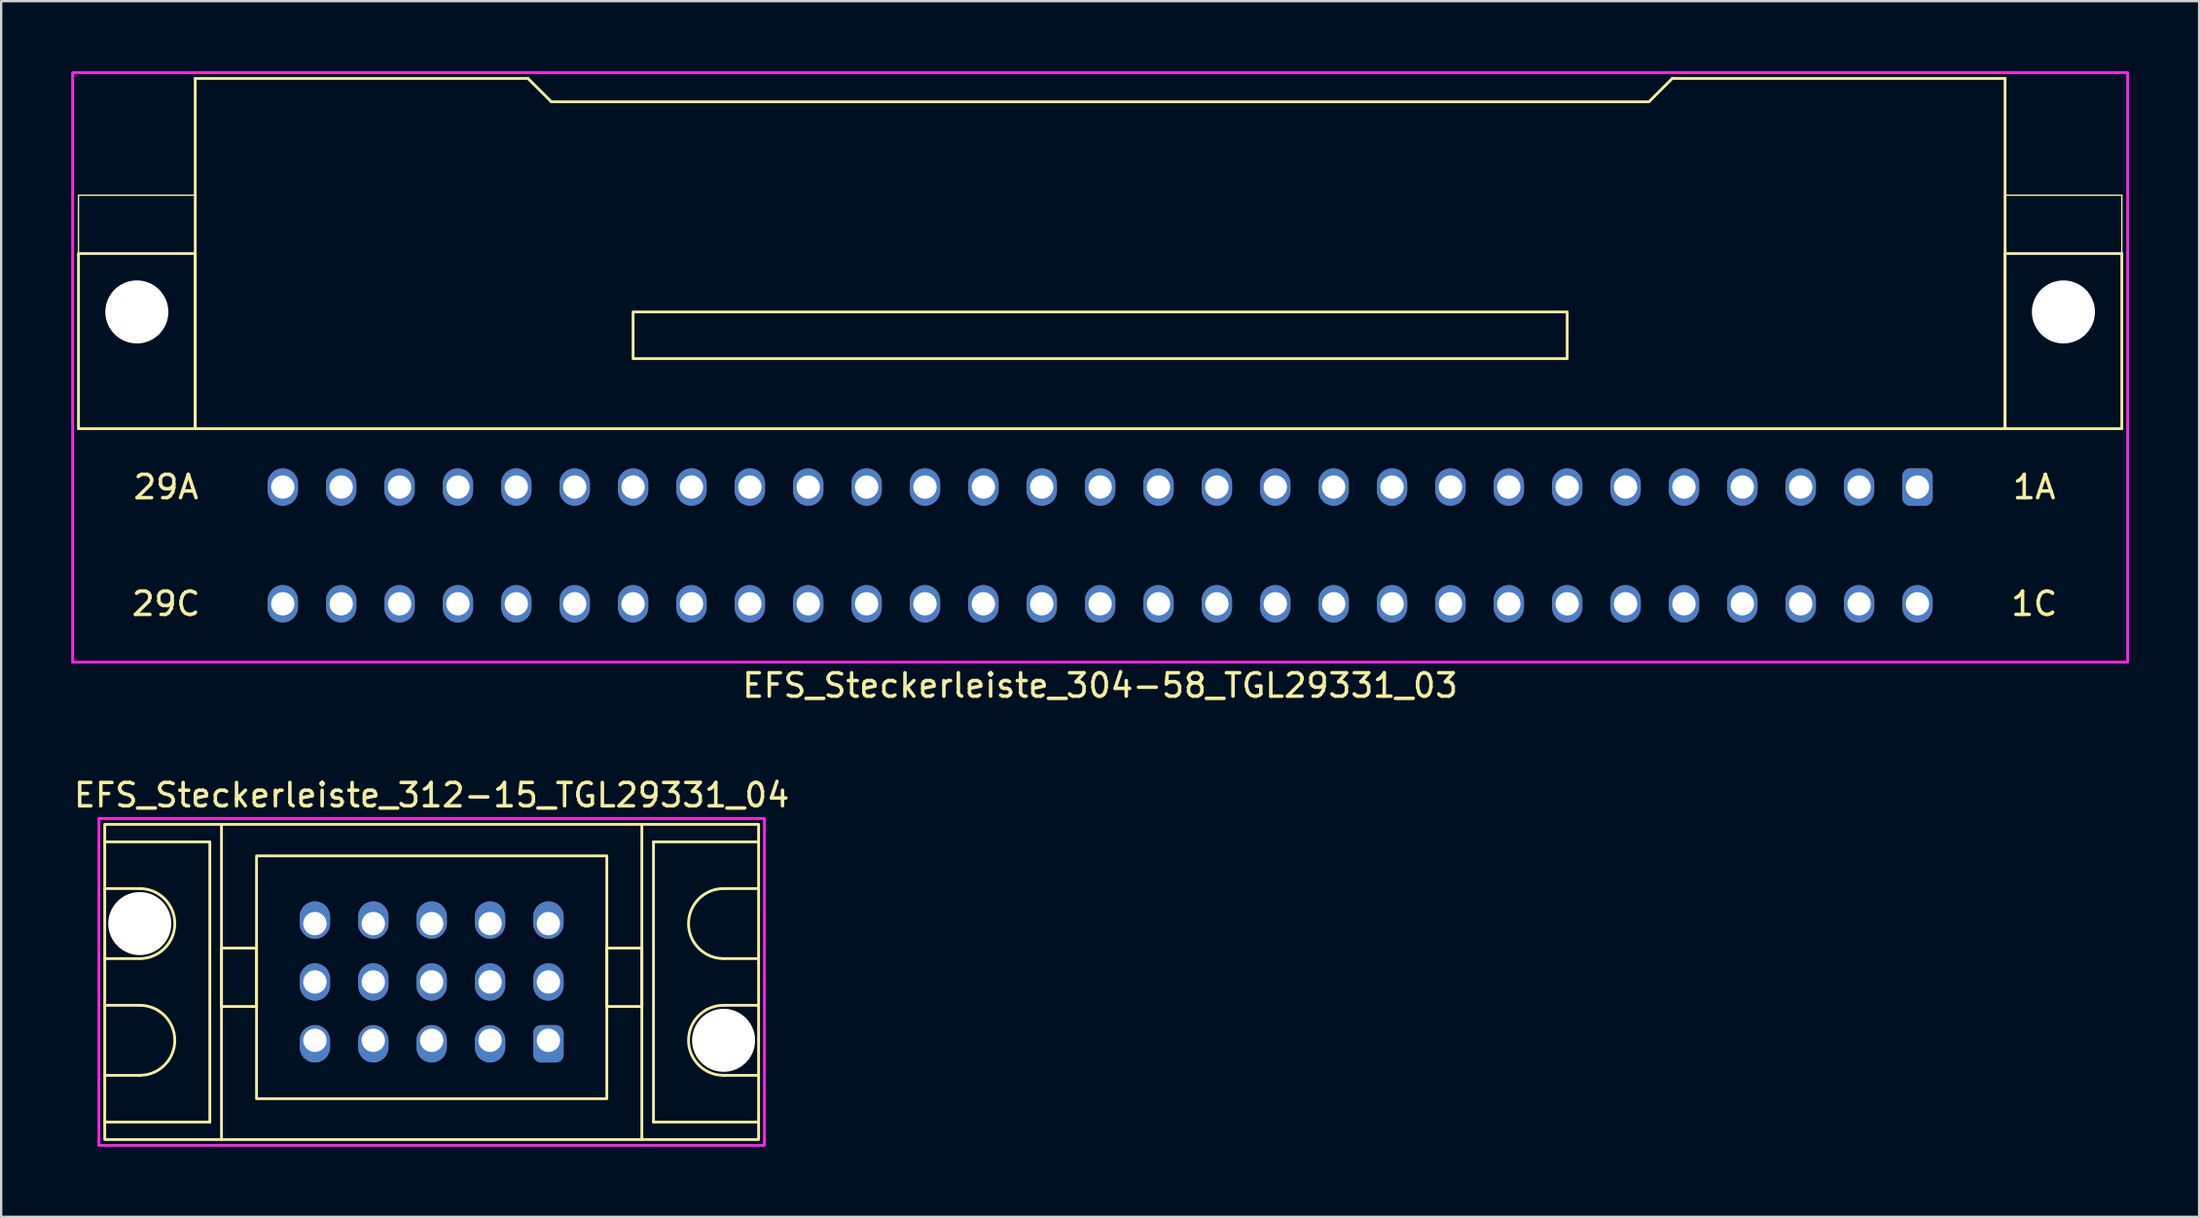
<source format=kicad_pcb>
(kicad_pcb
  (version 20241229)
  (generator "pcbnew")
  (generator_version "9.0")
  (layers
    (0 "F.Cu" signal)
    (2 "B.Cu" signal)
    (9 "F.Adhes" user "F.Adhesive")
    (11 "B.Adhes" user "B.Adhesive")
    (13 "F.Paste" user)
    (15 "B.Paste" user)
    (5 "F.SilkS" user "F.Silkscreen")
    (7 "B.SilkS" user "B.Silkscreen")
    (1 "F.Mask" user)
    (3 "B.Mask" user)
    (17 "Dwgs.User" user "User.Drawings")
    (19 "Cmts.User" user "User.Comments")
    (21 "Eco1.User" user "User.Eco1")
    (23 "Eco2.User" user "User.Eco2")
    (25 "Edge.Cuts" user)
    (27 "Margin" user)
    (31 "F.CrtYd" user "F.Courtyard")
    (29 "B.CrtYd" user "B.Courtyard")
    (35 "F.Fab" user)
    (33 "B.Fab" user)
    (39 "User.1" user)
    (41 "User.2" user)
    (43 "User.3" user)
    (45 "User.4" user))
  (footprint "EFS_Steckerleiste_304-58_TGL29331_03"
    (layer "F.Cu")
    (at 44.06 5.31)
    (property "Reference" "EFS_Steckerleiste_304-58_TGL29331_03" (at 0 21 180) (layer "F.SilkS") (effects (font (size 1 1) (thickness 0.15))))
    (attr through_hole)
    (fp_line (start -43.75 0) (end -43.75 2.5) (stroke (width 0.06) (type solid)) (layer "F.SilkS"))
    (fp_line (start -38.75 -5) (end -38.75 10) (stroke (width 0.12) (type solid)) (layer "F.SilkS"))
    (fp_line (start -38.75 -5) (end -24.5 -5) (stroke (width 0.12) (type solid)) (layer "F.SilkS"))
    (fp_line (start -38.75 0) (end -43.75 0) (stroke (width 0.06) (type solid)) (layer "F.SilkS"))
    (fp_line (start -38.75 10) (end 38.75 10) (stroke (width 0.12) (type solid)) (layer "F.SilkS"))
    (fp_line (start -24.5 -5) (end -23.5 -4) (stroke (width 0.12) (type solid)) (layer "F.SilkS"))
    (fp_line (start -23.5 -4) (end 23.5 -4) (stroke (width 0.12) (type solid)) (layer "F.SilkS"))
    (fp_line (start 24.5 -5) (end 23.5 -4) (stroke (width 0.12) (type solid)) (layer "F.SilkS"))
    (fp_line (start 38.75 -5) (end 24.5 -5) (stroke (width 0.12) (type solid)) (layer "F.SilkS"))
    (fp_line (start 38.75 10) (end 38.75 -5) (stroke (width 0.12) (type solid)) (layer "F.SilkS"))
    (fp_line (start 43.75 0) (end 38.75 0) (stroke (width 0.06) (type solid)) (layer "F.SilkS"))
    (fp_line (start 43.75 0) (end 43.75 2.5) (stroke (width 0.06) (type solid)) (layer "F.SilkS"))
    (fp_rect (start -38.75 10) (end -43.75 2.5) (stroke (width 0.12) (type solid)) (fill no) (layer "F.SilkS"))
    (fp_rect (start -20 7) (end 20 5) (stroke (width 0.12) (type solid)) (fill no) (layer "F.SilkS"))
    (fp_rect (start 43.75 10) (end 38.75 2.5) (stroke (width 0.12) (type solid)) (fill no) (layer "F.SilkS"))
    (fp_rect (start -44 -5.25) (end 44 20) (stroke (width 0.12) (type solid)) (fill no) (layer "F.CrtYd"))
    (fp_text user "1A" (at 40 12.5 0) (layer "F.SilkS") (effects (font (size 1 1) (thickness 0.15))))
    (fp_text user "29A" (at -40 12.5 0) (layer "F.SilkS") (effects (font (size 1 1) (thickness 0.15))))
    (fp_text user "29C" (at -40 17.5 0) (layer "F.SilkS") (effects (font (size 1 1) (thickness 0.15))))
    (fp_text user "1C" (at 40 17.5 0) (layer "F.SilkS") (effects (font (size 1 1) (thickness 0.15))))
    (pad "" np_thru_hole circle (at -41.25 5) (size 2.7 2.7) (drill 2.7) (layers "*.Cu" "*.Mask"))
    (pad "" np_thru_hole circle (at 41.25 5) (size 2.7 2.7) (drill 2.7) (layers "*.Cu" "*.Mask"))
    (pad "1a" thru_hole roundrect (at 35 12.5) (size 1.3 1.6) (drill 1) (layers "*.Cu" "*.Mask") (roundrect_rratio 0.25))
    (pad "1c" thru_hole oval (at 35 17.5) (size 1.3 1.6) (drill 1) (layers "*.Cu" "*.Mask"))
    (pad "2a" thru_hole oval (at 32.5 12.5) (size 1.3 1.6) (drill 1) (layers "*.Cu" "*.Mask"))
    (pad "2c" thru_hole oval (at 32.5 17.5) (size 1.3 1.6) (drill 1) (layers "*.Cu" "*.Mask"))
    (pad "3a" thru_hole oval (at 30 12.5) (size 1.3 1.6) (drill 1) (layers "*.Cu" "*.Mask"))
    (pad "3c" thru_hole oval (at 30 17.5) (size 1.3 1.6) (drill 1) (layers "*.Cu" "*.Mask"))
    (pad "4a" thru_hole oval (at 27.5 12.5) (size 1.3 1.6) (drill 1) (layers "*.Cu" "*.Mask"))
    (pad "4c" thru_hole oval (at 27.5 17.5) (size 1.3 1.6) (drill 1) (layers "*.Cu" "*.Mask"))
    (pad "5a" thru_hole oval (at 25 12.5) (size 1.3 1.6) (drill 1) (layers "*.Cu" "*.Mask"))
    (pad "5c" thru_hole oval (at 25 17.5) (size 1.3 1.6) (drill 1) (layers "*.Cu" "*.Mask"))
    (pad "6a" thru_hole oval (at 22.5 12.5) (size 1.3 1.6) (drill 1) (layers "*.Cu" "*.Mask"))
    (pad "6c" thru_hole oval (at 22.5 17.5) (size 1.3 1.6) (drill 1) (layers "*.Cu" "*.Mask"))
    (pad "7a" thru_hole oval (at 20 12.5) (size 1.3 1.6) (drill 1) (layers "*.Cu" "*.Mask"))
    (pad "7c" thru_hole oval (at 20 17.5) (size 1.3 1.6) (drill 1) (layers "*.Cu" "*.Mask"))
    (pad "8a" thru_hole oval (at 17.5 12.5) (size 1.3 1.6) (drill 1) (layers "*.Cu" "*.Mask"))
    (pad "8c" thru_hole oval (at 17.5 17.5) (size 1.3 1.6) (drill 1) (layers "*.Cu" "*.Mask"))
    (pad "9a" thru_hole oval (at 15 12.5) (size 1.3 1.6) (drill 1) (layers "*.Cu" "*.Mask"))
    (pad "9c" thru_hole oval (at 15 17.5) (size 1.3 1.6) (drill 1) (layers "*.Cu" "*.Mask"))
    (pad "10a" thru_hole oval (at 12.5 12.5) (size 1.3 1.6) (drill 1) (layers "*.Cu" "*.Mask"))
    (pad "10c" thru_hole oval (at 12.5 17.5) (size 1.3 1.6) (drill 1) (layers "*.Cu" "*.Mask"))
    (pad "11a" thru_hole oval (at 10 12.5) (size 1.3 1.6) (drill 1) (layers "*.Cu" "*.Mask"))
    (pad "11c" thru_hole oval (at 10 17.5) (size 1.3 1.6) (drill 1) (layers "*.Cu" "*.Mask"))
    (pad "12a" thru_hole oval (at 7.5 12.5) (size 1.3 1.6) (drill 1) (layers "*.Cu" "*.Mask"))
    (pad "12c" thru_hole oval (at 7.5 17.5) (size 1.3 1.6) (drill 1) (layers "*.Cu" "*.Mask"))
    (pad "13a" thru_hole oval (at 5 12.5) (size 1.3 1.6) (drill 1) (layers "*.Cu" "*.Mask"))
    (pad "13c" thru_hole oval (at 5 17.5) (size 1.3 1.6) (drill 1) (layers "*.Cu" "*.Mask"))
    (pad "14a" thru_hole oval (at 2.5 12.5) (size 1.3 1.6) (drill 1) (layers "*.Cu" "*.Mask"))
    (pad "14c" thru_hole oval (at 2.5 17.5) (size 1.3 1.6) (drill 1) (layers "*.Cu" "*.Mask"))
    (pad "15a" thru_hole oval (at 0 12.5) (size 1.3 1.6) (drill 1) (layers "*.Cu" "*.Mask"))
    (pad "15c" thru_hole oval (at 0 17.5) (size 1.3 1.6) (drill 1) (layers "*.Cu" "*.Mask"))
    (pad "16a" thru_hole oval (at -2.5 12.5) (size 1.3 1.6) (drill 1) (layers "*.Cu" "*.Mask"))
    (pad "16c" thru_hole oval (at -2.5 17.5) (size 1.3 1.6) (drill 1) (layers "*.Cu" "*.Mask"))
    (pad "17a" thru_hole oval (at -5 12.5) (size 1.3 1.6) (drill 1) (layers "*.Cu" "*.Mask"))
    (pad "17c" thru_hole oval (at -5 17.5) (size 1.3 1.6) (drill 1) (layers "*.Cu" "*.Mask"))
    (pad "18a" thru_hole oval (at -7.5 12.5) (size 1.3 1.6) (drill 1) (layers "*.Cu" "*.Mask"))
    (pad "18c" thru_hole oval (at -7.5 17.5) (size 1.3 1.6) (drill 1) (layers "*.Cu" "*.Mask"))
    (pad "19a" thru_hole oval (at -10 12.5) (size 1.3 1.6) (drill 1) (layers "*.Cu" "*.Mask"))
    (pad "19c" thru_hole oval (at -10 17.5) (size 1.3 1.6) (drill 1) (layers "*.Cu" "*.Mask"))
    (pad "20a" thru_hole oval (at -12.5 12.5) (size 1.3 1.6) (drill 1) (layers "*.Cu" "*.Mask"))
    (pad "20c" thru_hole oval (at -12.5 17.5) (size 1.3 1.6) (drill 1) (layers "*.Cu" "*.Mask"))
    (pad "21a" thru_hole oval (at -15 12.5) (size 1.3 1.6) (drill 1) (layers "*.Cu" "*.Mask"))
    (pad "21c" thru_hole oval (at -15 17.5) (size 1.3 1.6) (drill 1) (layers "*.Cu" "*.Mask"))
    (pad "22a" thru_hole oval (at -17.5 12.5) (size 1.3 1.6) (drill 1) (layers "*.Cu" "*.Mask"))
    (pad "22c" thru_hole oval (at -17.5 17.5) (size 1.3 1.6) (drill 1) (layers "*.Cu" "*.Mask"))
    (pad "23a" thru_hole oval (at -20 12.5) (size 1.3 1.6) (drill 1) (layers "*.Cu" "*.Mask"))
    (pad "23c" thru_hole oval (at -20 17.5) (size 1.3 1.6) (drill 1) (layers "*.Cu" "*.Mask"))
    (pad "24a" thru_hole oval (at -22.5 12.5) (size 1.3 1.6) (drill 1) (layers "*.Cu" "*.Mask"))
    (pad "24c" thru_hole oval (at -22.5 17.5) (size 1.3 1.6) (drill 1) (layers "*.Cu" "*.Mask"))
    (pad "25a" thru_hole oval (at -25 12.5) (size 1.3 1.6) (drill 1) (layers "*.Cu" "*.Mask"))
    (pad "25c" thru_hole oval (at -25 17.5) (size 1.3 1.6) (drill 1) (layers "*.Cu" "*.Mask"))
    (pad "26a" thru_hole oval (at -27.5 12.5) (size 1.3 1.6) (drill 1) (layers "*.Cu" "*.Mask"))
    (pad "26c" thru_hole oval (at -27.5 17.5) (size 1.3 1.6) (drill 1) (layers "*.Cu" "*.Mask"))
    (pad "27a" thru_hole oval (at -30 12.5) (size 1.3 1.6) (drill 1) (layers "*.Cu" "*.Mask"))
    (pad "27c" thru_hole oval (at -30 17.5) (size 1.3 1.6) (drill 1) (layers "*.Cu" "*.Mask"))
    (pad "28a" thru_hole oval (at -32.5 12.5) (size 1.3 1.6) (drill 1) (layers "*.Cu" "*.Mask"))
    (pad "28c" thru_hole oval (at -32.5 17.5) (size 1.3 1.6) (drill 1) (layers "*.Cu" "*.Mask"))
    (pad "29a" thru_hole oval (at -35 12.5) (size 1.3 1.6) (drill 1) (layers "*.Cu" "*.Mask"))
    (pad "29c" thru_hole oval (at -35 17.5) (size 1.3 1.6) (drill 1) (layers "*.Cu" "*.Mask")))
  (footprint "EFS_Steckerleiste_312-15_TGL29331_04"
    (layer "F.Cu")
    (at 15.435 39.007)
    (property "Reference" "EFS_Steckerleiste_312-15_TGL29331_04" (at 0 -8 180) (layer "F.SilkS") (effects (font (size 1 1) (thickness 0.15))))
    (attr through_hole)
    (fp_line (start -14 -6) (end -9.5 -6) (stroke (width 0.12) (type solid)) (layer "F.SilkS"))
    (fp_line (start -12.5 -4) (end -14 -4) (stroke (width 0.12) (type solid)) (layer "F.SilkS"))
    (fp_line (start -12.5 -1) (end -14 -1) (stroke (width 0.12) (type solid)) (layer "F.SilkS"))
    (fp_line (start -12.5 1) (end -14 1) (stroke (width 0.12) (type solid)) (layer "F.SilkS"))
    (fp_line (start -12.5 4) (end -14 4) (stroke (width 0.12) (type solid)) (layer "F.SilkS"))
    (fp_line (start -9.5 -6) (end -9.5 6) (stroke (width 0.12) (type solid)) (layer "F.SilkS"))
    (fp_line (start -9.5 6) (end -14 6) (stroke (width 0.12) (type solid)) (layer "F.SilkS"))
    (fp_line (start -9 6.75) (end -9 -6.75) (stroke (width 0.12) (type solid)) (layer "F.SilkS"))
    (fp_line (start 9 6.75) (end 9 -6.75) (stroke (width 0.12) (type solid)) (layer "F.SilkS"))
    (fp_line (start 9.5 -6) (end 9.5 6) (stroke (width 0.12) (type solid)) (layer "F.SilkS"))
    (fp_line (start 9.5 6) (end 14 6) (stroke (width 0.12) (type solid)) (layer "F.SilkS"))
    (fp_line (start 12.5 -4) (end 14 -4) (stroke (width 0.12) (type solid)) (layer "F.SilkS"))
    (fp_line (start 12.5 -1) (end 14 -1) (stroke (width 0.12) (type solid)) (layer "F.SilkS"))
    (fp_line (start 12.5 1) (end 14 1) (stroke (width 0.12) (type solid)) (layer "F.SilkS"))
    (fp_line (start 12.5 4) (end 14 4) (stroke (width 0.12) (type solid)) (layer "F.SilkS"))
    (fp_line (start 14 -6) (end 9.5 -6) (stroke (width 0.12) (type solid)) (layer "F.SilkS"))
    (fp_rect (start -14 -6.75) (end 14 6.75) (stroke (width 0.12) (type solid)) (fill no) (layer "F.SilkS"))
    (fp_rect (start -7.5 -5.4) (end 7.5 5) (stroke (width 0.12) (type solid)) (fill no) (layer "F.SilkS"))
    (fp_rect (start -7.5 -1.45) (end -9 1.05) (stroke (width 0.12) (type solid)) (fill no) (layer "F.SilkS"))
    (fp_rect (start 9 -1.45) (end 7.5 1.05) (stroke (width 0.12) (type solid)) (fill no) (layer "F.SilkS"))
    (fp_arc (start -12.5 -4) (mid -11 -2.5) (end -12.5 -1) (stroke (width 0.12) (type solid)) (layer "F.SilkS"))
    (fp_arc (start -12.5 1) (mid -11 2.5) (end -12.5 4) (stroke (width 0.12) (type solid)) (layer "F.SilkS"))
    (fp_arc (start 12.5 -1) (mid 11 -2.5) (end 12.5 -4) (stroke (width 0.12) (type solid)) (layer "F.SilkS"))
    (fp_arc (start 12.5 4) (mid 11 2.5) (end 12.5 1) (stroke (width 0.12) (type solid)) (layer "F.SilkS"))
    (fp_rect (start -14.25 -7) (end 14.25 7) (stroke (width 0.12) (type solid)) (fill no) (layer "F.CrtYd"))
    (pad "" np_thru_hole circle (at -12.5 -2.5) (size 2.7 2.7) (drill 2.7) (layers "*.Cu" "*.Mask"))
    (pad "" np_thru_hole circle (at 12.5 2.5) (size 2.7 2.7) (drill 2.7) (layers "*.Cu" "*.Mask"))
    (pad "1a" thru_hole roundrect (at 5 2.5 180) (size 1.3 1.6) (drill 1 (offset 0 -0.15)) (layers "*.Cu" "*.Mask") (roundrect_rratio 0.25))
    (pad "1b" thru_hole oval (at 5 0 180) (size 1.3 1.6) (drill 1) (layers "*.Cu" "*.Mask"))
    (pad "1c" thru_hole oval (at 5 -2.5 180) (size 1.3 1.6) (drill 1 (offset 0 0.15)) (layers "*.Cu" "*.Mask"))
    (pad "2a" thru_hole oval (at 2.5 2.5 180) (size 1.3 1.6) (drill 1 (offset 0 -0.15)) (layers "*.Cu" "*.Mask"))
    (pad "2b" thru_hole oval (at 2.5 0 180) (size 1.3 1.6) (drill 1) (layers "*.Cu" "*.Mask"))
    (pad "2c" thru_hole oval (at 2.5 -2.5 180) (size 1.3 1.6) (drill 1 (offset 0 0.15)) (layers "*.Cu" "*.Mask"))
    (pad "3a" thru_hole oval (at 0 2.5 180) (size 1.3 1.6) (drill 1 (offset 0 -0.15)) (layers "*.Cu" "*.Mask"))
    (pad "3b" thru_hole oval (at 0 0 180) (size 1.3 1.6) (drill 1) (layers "*.Cu" "*.Mask"))
    (pad "3c" thru_hole oval (at 0 -2.5 180) (size 1.3 1.6) (drill 1 (offset 0 0.15)) (layers "*.Cu" "*.Mask"))
    (pad "4a" thru_hole oval (at -2.5 2.5 180) (size 1.3 1.6) (drill 1 (offset 0 -0.15)) (layers "*.Cu" "*.Mask"))
    (pad "4b" thru_hole oval (at -2.5 0 180) (size 1.3 1.6) (drill 1) (layers "*.Cu" "*.Mask"))
    (pad "4c" thru_hole oval (at -2.5 -2.5 180) (size 1.3 1.6) (drill 1 (offset 0 0.15)) (layers "*.Cu" "*.Mask"))
    (pad "5a" thru_hole oval (at -5 2.5 180) (size 1.3 1.6) (drill 1 (offset 0 -0.15)) (layers "*.Cu" "*.Mask"))
    (pad "5b" thru_hole oval (at -5 0 180) (size 1.3 1.6) (drill 1) (layers "*.Cu" "*.Mask"))
    (pad "5c" thru_hole oval (at -5 -2.5 180) (size 1.3 1.6) (drill 1 (offset 0 0.15)) (layers "*.Cu" "*.Mask")))
  (gr_rect
    (start -3 -3)
    (end 91.12 49.066)
    (stroke (width 0.1) (type default))
    (fill no)
    (layer "Edge.Cuts")))
</source>
